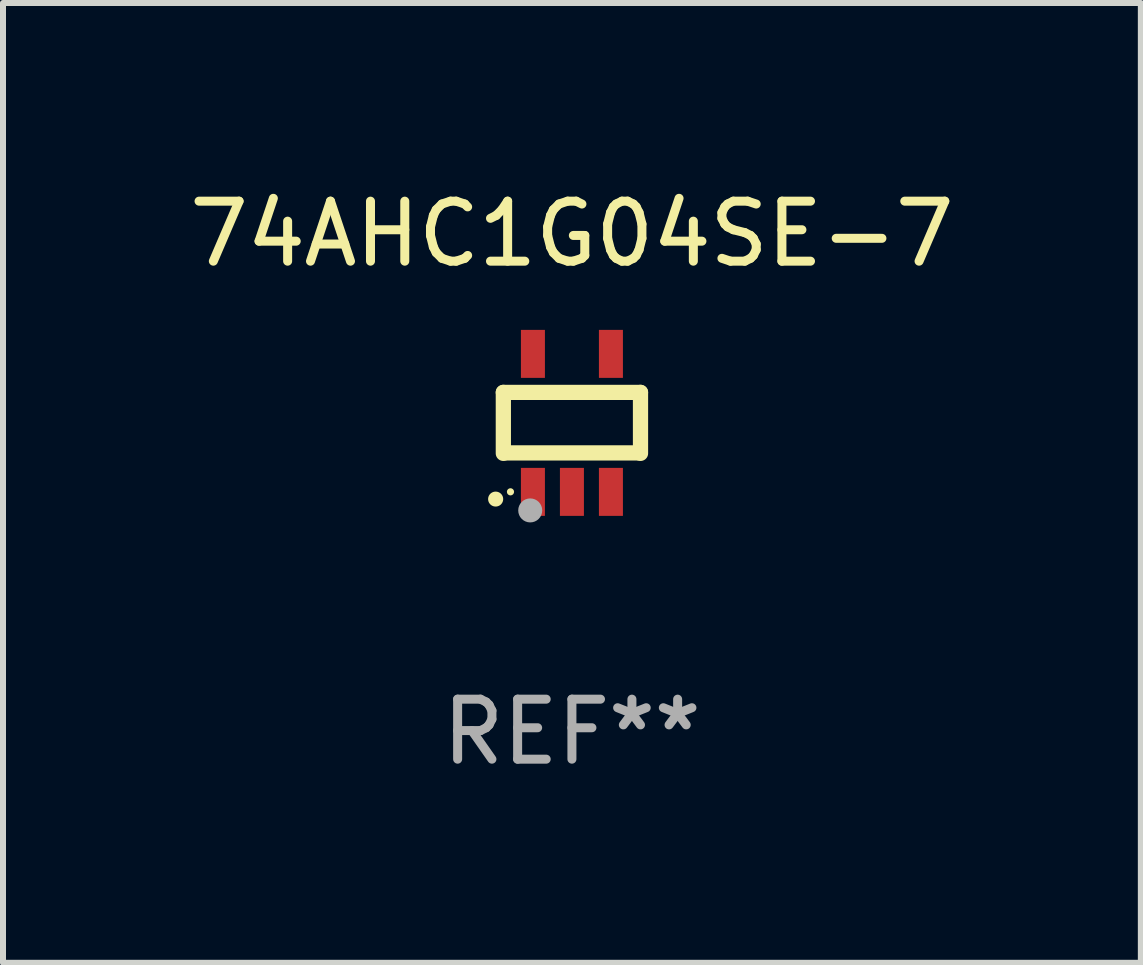
<source format=kicad_pcb>
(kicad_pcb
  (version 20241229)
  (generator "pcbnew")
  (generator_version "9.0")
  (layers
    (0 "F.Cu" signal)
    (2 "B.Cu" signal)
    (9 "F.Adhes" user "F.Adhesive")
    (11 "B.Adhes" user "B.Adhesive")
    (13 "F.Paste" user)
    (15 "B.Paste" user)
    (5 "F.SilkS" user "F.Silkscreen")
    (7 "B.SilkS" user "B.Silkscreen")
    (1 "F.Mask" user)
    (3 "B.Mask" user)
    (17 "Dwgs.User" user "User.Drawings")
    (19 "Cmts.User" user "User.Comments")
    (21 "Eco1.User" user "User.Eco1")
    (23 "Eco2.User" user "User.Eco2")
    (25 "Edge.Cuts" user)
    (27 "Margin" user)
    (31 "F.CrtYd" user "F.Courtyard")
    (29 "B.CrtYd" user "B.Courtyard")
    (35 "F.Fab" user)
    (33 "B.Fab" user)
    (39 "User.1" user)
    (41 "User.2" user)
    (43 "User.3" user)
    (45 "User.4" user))
  (footprint "74AHC1G04SE-7"
    (layer "F.Cu")
    (at 6.482 3.998)
    (property "Reference" "74AHC1G04SE-7" (at 0 -3.15 0) (layer "F.SilkS") (effects (font (size 1 1) (thickness 0.15))))
    (attr through_hole)
    (fp_line (start -1.143 -0.508) (end -1.143 0.508) (stroke (width 0.254) (type solid)) (layer "F.SilkS"))
    (fp_line (start -1.1 0.5) (end 1.1 0.5) (stroke (width 0.254) (type solid)) (layer "F.SilkS"))
    (fp_line (start 1.143 -0.508) (end -1.143 -0.508) (stroke (width 0.254) (type solid)) (layer "F.SilkS"))
    (fp_line (start 1.143 0.508) (end 1.143 -0.508) (stroke (width 0.254) (type solid)) (layer "F.SilkS"))
    (fp_arc (start -1.272543 1.26999) (mid -1.271273 1.269983) (end -1.270003 1.26999) (stroke (width 0.24892) (type solid)) (layer "F.SilkS"))
    (fp_circle (center -1.024 1.149) (end -0.994 1.149) (stroke (width 0.06) (type solid)) (fill no) (layer "F.SilkS"))
    (fp_circle (center -0.695 1.459) (end -0.595 1.459) (stroke (width 0.2) (type solid)) (fill no) (layer "F.Fab"))
    (fp_text user "REF**" (at 0 5.15 0) (layer "F.Fab") (effects (font (size 1 1) (thickness 0.15))))
    (pad "1" smd rect (at -0.65 1.15) (size 0.4 0.8) (layers "F.Cu" "F.Mask" "F.Paste"))
    (pad "2" smd rect (at 0 1.15) (size 0.4 0.8) (layers "F.Cu" "F.Mask" "F.Paste"))
    (pad "3" smd rect (at 0.65 1.15) (size 0.4 0.8) (layers "F.Cu" "F.Mask" "F.Paste"))
    (pad "4" smd rect (at 0.65 -1.15) (size 0.4 0.8) (layers "F.Cu" "F.Mask" "F.Paste"))
    (pad "5" smd rect (at -0.65 -1.15) (size 0.4 0.8) (layers "F.Cu" "F.Mask" "F.Paste")))
  (gr_rect
    (start -3 -3)
    (end 15.964 12.997)
    (stroke (width 0.1) (type default))
    (fill no)
    (layer "Edge.Cuts")))
</source>
